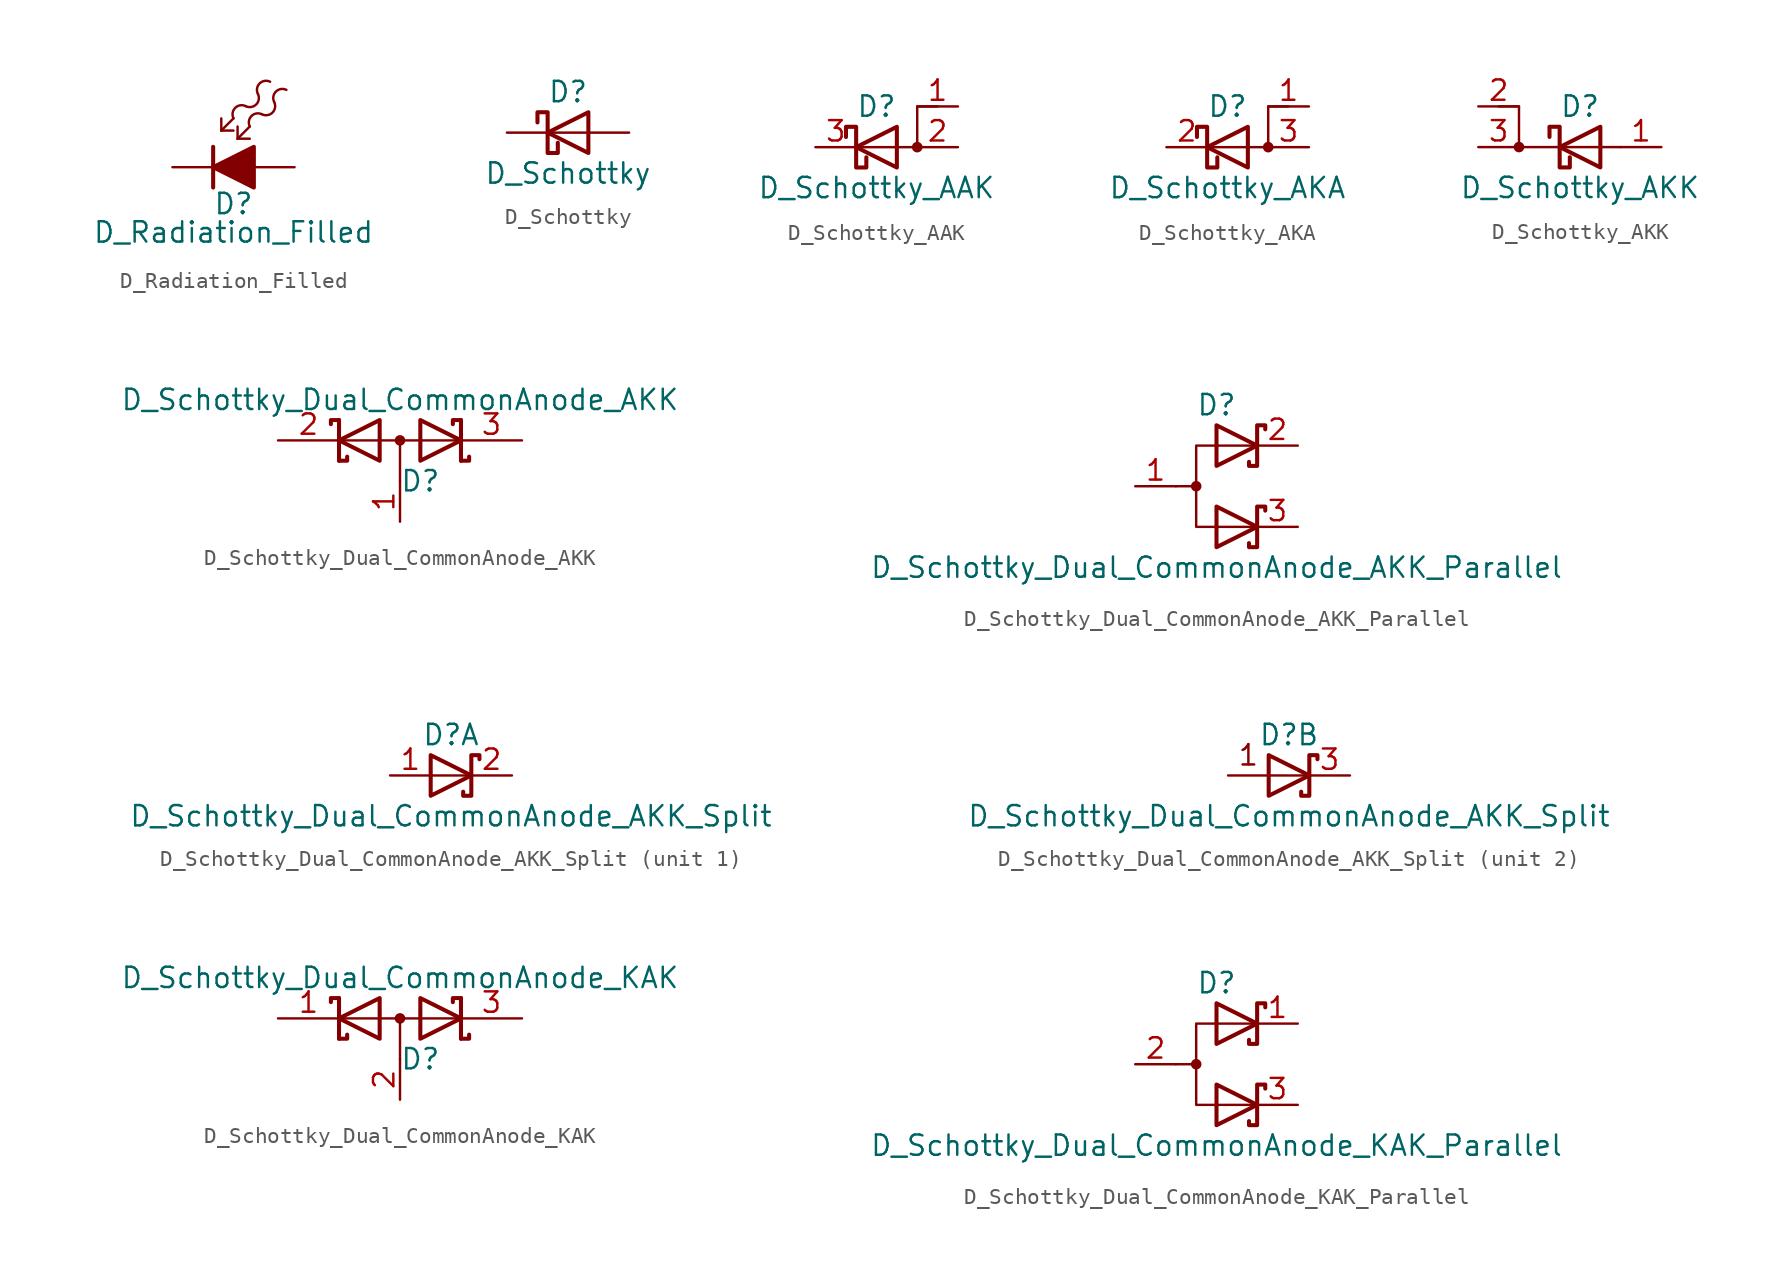
<source format=kicad_sym>
(kicad_symbol_lib
  (version 20201005)
  (generator kicad_symbol_editor)
  (symbol "D_Radiation_Filled"
    (pin_numbers hide)
    (pin_names
      (offset 1.016) hide)
    (property "Reference" "D"
      (at -1.27 -2.286 0)
      (effects (font (size 1.27 1.27))))
    (property "Value" "D_Radiation_Filled"
      (at -1.27 -4.064 0)
      (effects (font (size 1.27 1.27))))
    (symbol "D_Radiation_Filled_0_1"
      (arc (start -0.508 3.81) (end -1.27 3.048) (radius (at -0.762 3.302) (length 0.5588) (angles 63.4 -153.4)) (stroke (width 0)) (fill (type none)))
      (arc (start -0.508 3.81) (end 0.254 4.572) (radius (at -0.254 4.318) (length 0.5588) (angles -116.6 26.6)) (stroke (width 0)) (fill (type none)))
      (arc (start 0.508 3.302) (end -0.254 2.54) (radius (at 0.254 2.794) (length 0.5588) (angles 63.4 -153.4)) (stroke (width 0)) (fill (type none)))
      (arc (start 0.508 3.302) (end 1.27 4.064) (radius (at 0.762 3.81) (length 0.5588) (angles -116.6 26.6)) (stroke (width 0)) (fill (type none)))
      (arc (start 0.254 4.572) (end 1.016 5.334) (radius (at 0.762 4.826) (length 0.5588) (angles -153.4 63.4)) (stroke (width 0)) (fill (type none)))
      (arc (start 1.27 4.064) (end 2.032 4.826) (radius (at 1.778 4.318) (length 0.5588) (angles -153.4 63.4)) (stroke (width 0)) (fill (type none)))
      (polyline (pts (xy -2.54 1.27) (xy -2.54 -1.27)) (stroke (width 0.254)) (fill (type none)))
      (polyline (pts (xy -2.032 2.286) (xy -1.27 2.286)) (stroke (width 0)) (fill (type none)))
      (polyline (pts (xy -2.032 2.286) (xy -1.27 3.048)) (stroke (width 0)) (fill (type none)))
      (polyline (pts (xy -2.032 3.048) (xy -2.032 2.286)) (stroke (width 0)) (fill (type none)))
      (polyline (pts (xy -1.016 1.778) (xy -0.254 1.778)) (stroke (width 0)) (fill (type none)))
      (polyline (pts (xy -1.016 1.778) (xy -0.254 2.54)) (stroke (width 0)) (fill (type none)))
      (polyline (pts (xy -1.016 2.54) (xy -1.016 1.778)) (stroke (width 0)) (fill (type none)))
      (polyline (pts (xy 0 0) (xy -2.54 0)) (stroke (width 0)) (fill (type none)))
      (polyline (pts (xy 0 1.27) (xy 0 -1.27) (xy -2.54 0) (xy 0 1.27)) (stroke (width 0.254)) (fill (type outline))))
    (symbol "D_Radiation_Filled_1_1"
      (pin passive line (at -5.08 0 0) (length 2.54) (name "K" (effects (font (size 1.27 1.27)))) (number "1" (effects (font (size 1.27 1.27)))))
      (pin passive line (at 2.54 0 180) (length 2.54) (name "A" (effects (font (size 1.27 1.27)))) (number "2" (effects (font (size 1.27 1.27)))))))
  (symbol "D_Schottky"
    (pin_numbers hide)
    (pin_names
      (offset 1.016) hide)
    (property "Reference" "D"
      (at 0 2.54 0)
      (effects (font (size 1.27 1.27))))
    (property "Value" "D_Schottky"
      (at 0 -2.54 0)
      (effects (font (size 1.27 1.27))))
    (symbol "D_Schottky_0_1"
      (polyline (pts (xy 1.27 0) (xy -1.27 0)) (stroke (width 0)) (fill (type none)))
      (polyline (pts (xy 1.27 1.27) (xy 1.27 -1.27) (xy -1.27 0) (xy 1.27 1.27)) (stroke (width 0.254)) (fill (type none)))
      (polyline (pts (xy -1.905 0.635) (xy -1.905 1.27) (xy -1.27 1.27) (xy -1.27 -1.27) (xy -0.635 -1.27) (xy -0.635 -0.635)) (stroke (width 0.254)) (fill (type none))))
    (symbol "D_Schottky_1_1"
      (pin passive line (at -3.81 0 0) (length 2.54) (name "K" (effects (font (size 1.27 1.27)))) (number "1" (effects (font (size 1.27 1.27)))))
      (pin passive line (at 3.81 0 180) (length 2.54) (name "A" (effects (font (size 1.27 1.27)))) (number "2" (effects (font (size 1.27 1.27)))))))
  (symbol "D_Schottky_AAK"
    (pin_names
      (offset 0) hide)
    (property "Reference" "D"
      (at 0 2.54 0)
      (effects (font (size 1.27 1.27))))
    (property "Value" "D_Schottky_AAK"
      (at 0 -2.54 0)
      (effects (font (size 1.27 1.27))))
    (symbol "D_Schottky_AAK_0_1"
      (circle (center 2.54 0) (radius 0.254) (stroke (width 0)) (fill (type outline)))
      (polyline (pts (xy 1.27 1.27) (xy 1.27 -1.27) (xy -1.27 0) (xy 1.27 1.27)) (stroke (width 0.254)) (fill (type none)))
      (polyline (pts (xy 3.81 2.54) (xy 2.54 2.54) (xy 2.54 0) (xy -1.27 0)) (stroke (width 0)) (fill (type none)))
      (polyline (pts (xy -1.905 0.635) (xy -1.905 1.27) (xy -1.27 1.27) (xy -1.27 -1.27) (xy -0.635 -1.27) (xy -0.635 -0.635)) (stroke (width 0.254)) (fill (type none))))
    (symbol "D_Schottky_AAK_1_1"
      (pin passive line (at 5.08 2.54 180) (length 2.54) (name "A" (effects (font (size 1.27 1.27)))) (number "1" (effects (font (size 1.27 1.27)))))
      (pin passive line (at 5.08 0 180) (length 2.54) (name "A" (effects (font (size 1.27 1.27)))) (number "2" (effects (font (size 1.27 1.27)))))
      (pin passive line (at -3.81 0 0) (length 2.54) (name "K" (effects (font (size 1.27 1.27)))) (number "3" (effects (font (size 1.27 1.27)))))))
  (symbol "D_Schottky_AKA"
    (pin_names
      (offset 0) hide)
    (property "Reference" "D"
      (at 0 2.54 0)
      (effects (font (size 1.27 1.27))))
    (property "Value" "D_Schottky_AKA"
      (at 0 -2.54 0)
      (effects (font (size 1.27 1.27))))
    (symbol "D_Schottky_AKA_0_1"
      (circle (center 2.54 0) (radius 0.254) (stroke (width 0)) (fill (type outline)))
      (polyline (pts (xy 1.27 1.27) (xy 1.27 -1.27) (xy -1.27 0) (xy 1.27 1.27)) (stroke (width 0.254)) (fill (type none)))
      (polyline (pts (xy 3.81 2.54) (xy 2.54 2.54) (xy 2.54 0) (xy -1.27 0)) (stroke (width 0)) (fill (type none)))
      (polyline (pts (xy -1.905 0.635) (xy -1.905 1.27) (xy -1.27 1.27) (xy -1.27 -1.27) (xy -0.635 -1.27) (xy -0.635 -0.635)) (stroke (width 0.254)) (fill (type none))))
    (symbol "D_Schottky_AKA_1_1"
      (pin input line (at 5.08 2.54 180) (length 2.54) (name "A" (effects (font (size 1.27 1.27)))) (number "1" (effects (font (size 1.27 1.27)))))
      (pin passive line (at -3.81 0 0) (length 2.54) (name "K" (effects (font (size 1.27 1.27)))) (number "2" (effects (font (size 1.27 1.27)))))
      (pin passive line (at 5.08 0 180) (length 2.54) (name "A" (effects (font (size 1.27 1.27)))) (number "3" (effects (font (size 1.27 1.27)))))))
  (symbol "D_Schottky_AKK"
    (pin_names
      (offset 0) hide)
    (property "Reference" "D"
      (at 0 2.54 0)
      (effects (font (size 1.27 1.27))))
    (property "Value" "D_Schottky_AKK"
      (at 0 -2.54 0)
      (effects (font (size 1.27 1.27))))
    (symbol "D_Schottky_AKK_0_1"
      (circle (center -3.81 0) (radius 0.254) (stroke (width 0)) (fill (type outline)))
      (polyline (pts (xy -5.08 2.54) (xy -3.81 2.54) (xy -3.81 0) (xy 2.54 0)) (stroke (width 0)) (fill (type none)))
      (polyline (pts (xy 1.27 1.27) (xy 1.27 -1.27) (xy -1.27 0) (xy 1.27 1.27)) (stroke (width 0.254)) (fill (type none)))
      (polyline (pts (xy -1.905 0.635) (xy -1.905 1.27) (xy -1.27 1.27) (xy -1.27 -1.27) (xy -0.635 -1.27) (xy -0.635 -0.635)) (stroke (width 0.254)) (fill (type none))))
    (symbol "D_Schottky_AKK_1_1"
      (pin passive line (at 5.08 0 180) (length 2.54) (name "A" (effects (font (size 1.27 1.27)))) (number "1" (effects (font (size 1.27 1.27)))))
      (pin input line (at -6.35 2.54 0) (length 2.54) (name "K" (effects (font (size 1.27 1.27)))) (number "2" (effects (font (size 1.27 1.27)))))
      (pin passive line (at -6.35 0 0) (length 2.54) (name "K" (effects (font (size 1.27 1.27)))) (number "3" (effects (font (size 1.27 1.27)))))))
  (symbol "D_Schottky_Dual_CommonAnode_AKK"
    (pin_names
      (offset 0.762) hide)
    (property "Reference" "D"
      (at 1.27 -2.54 0)
      (effects (font (size 1.27 1.27))))
    (property "Value" "D_Schottky_Dual_CommonAnode_AKK"
      (at 0 2.54 0)
      (effects (font (size 1.27 1.27))))
    (symbol "D_Schottky_Dual_CommonAnode_AKK_0_1"
      (circle (center 0 0) (radius 0.254) (stroke (width 0)) (fill (type outline)))
      (polyline (pts (xy -3.556 0) (xy 3.81 0)) (stroke (width 0)) (fill (type none)))
      (polyline (pts (xy 0 0) (xy 0 -2.54)) (stroke (width 0)) (fill (type none)))
      (polyline (pts (xy -3.81 1.27) (xy -3.81 -1.27) (xy -3.81 -1.27)) (stroke (width 0.254)) (fill (type none)))
      (polyline (pts (xy 3.81 1.27) (xy 3.81 -1.27) (xy 3.81 -1.27)) (stroke (width 0.254)) (fill (type none)))
      (polyline (pts (xy -3.81 1.27) (xy -4.318 1.27) (xy -4.318 1.016) (xy -4.318 1.016)) (stroke (width 0.254)) (fill (type none)))
      (polyline (pts (xy 3.81 -1.27) (xy 4.318 -1.27) (xy 4.318 -1.016) (xy 4.318 -1.016)) (stroke (width 0.254)) (fill (type none)))
      (polyline (pts (xy 3.81 1.27) (xy 3.302 1.27) (xy 3.302 1.016) (xy 3.302 1.016)) (stroke (width 0.254)) (fill (type none)))
      (polyline (pts (xy -3.302 -1.016) (xy -3.302 -1.27) (xy -3.81 -1.27) (xy -3.81 -1.27) (xy -3.81 -1.27)) (stroke (width 0.254)) (fill (type none)))
      (polyline (pts (xy -1.27 -1.27) (xy -3.81 0) (xy -1.27 1.27) (xy -1.27 -1.27) (xy -1.27 -1.27) (xy -1.27 -1.27)) (stroke (width 0.254)) (fill (type none)))
      (polyline (pts (xy 1.27 1.27) (xy 3.81 0) (xy 1.27 -1.27) (xy 1.27 1.27) (xy 1.27 1.27) (xy 1.27 1.27)) (stroke (width 0.254)) (fill (type none)))
      (pin passive line (at 0 -5.08 90) (length 2.54) (name "A" (effects (font (size 1.27 1.27)))) (number "1" (effects (font (size 1.27 1.27)))))
      (pin passive line (at -7.62 0 0) (length 3.81) (name "K" (effects (font (size 1.27 1.27)))) (number "2" (effects (font (size 1.27 1.27)))))
      (pin passive line (at 7.62 0 180) (length 3.81) (name "K" (effects (font (size 1.27 1.27)))) (number "3" (effects (font (size 1.27 1.27)))))))
  (symbol "D_Schottky_Dual_CommonAnode_AKK_Parallel"
    (pin_names
      (offset 0.762) hide)
    (property "Reference" "D"
      (at 0 5.08 0)
      (effects (font (size 1.27 1.27))))
    (property "Value" "D_Schottky_Dual_CommonAnode_AKK_Parallel"
      (at 0 -5.08 0)
      (effects (font (size 1.27 1.27))))
    (symbol "D_Schottky_Dual_CommonAnode_AKK_Parallel_0_1"
      (circle (center -1.27 0) (radius 0.254) (stroke (width 0)) (fill (type outline)))
      (polyline (pts (xy -1.27 0) (xy -2.54 0)) (stroke (width 0)) (fill (type none)))
      (polyline (pts (xy 2.54 2.54) (xy -1.27 2.54) (xy -1.27 -2.54) (xy 2.54 -2.54)) (stroke (width 0)) (fill (type none)))
      (polyline (pts (xy 0 -1.27) (xy 2.54 -2.54) (xy 0 -3.81) (xy 0 -1.27) (xy 0 -1.27) (xy 0 -1.27)) (stroke (width 0.254)) (fill (type none)))
      (polyline (pts (xy 0 3.81) (xy 2.54 2.54) (xy 0 1.27) (xy 0 3.81) (xy 0 3.81) (xy 0 3.81)) (stroke (width 0.254)) (fill (type none)))
      (polyline (pts (xy 3.048 -1.524) (xy 3.048 -1.27) (xy 2.54 -1.27) (xy 2.54 -3.81) (xy 2.032 -3.81) (xy 2.032 -3.556)) (stroke (width 0.254)) (fill (type none)))
      (polyline (pts (xy 3.048 3.556) (xy 3.048 3.81) (xy 2.54 3.81) (xy 2.54 1.27) (xy 2.032 1.27) (xy 2.032 1.524)) (stroke (width 0.254)) (fill (type none)))
      (pin passive line (at -5.08 0 0) (length 2.54) (name "A" (effects (font (size 1.27 1.27)))) (number "1" (effects (font (size 1.27 1.27)))))
      (pin passive line (at 5.08 2.54 180) (length 2.54) (name "K" (effects (font (size 1.27 1.27)))) (number "2" (effects (font (size 1.27 1.27)))))
      (pin passive line (at 5.08 -2.54 180) (length 2.54) (name "K" (effects (font (size 1.27 1.27)))) (number "3" (effects (font (size 1.27 1.27)))))))
  (symbol "D_Schottky_Dual_CommonAnode_AKK_Split"
    (pin_names
      (offset 0.762) hide)
    (property "Reference" "D"
      (at 0 2.54 0)
      (effects (font (size 1.27 1.27))))
    (property "Value" "D_Schottky_Dual_CommonAnode_AKK_Split"
      (at 0 -2.54 0)
      (effects (font (size 1.27 1.27))))
    (property "ki_locked" ""
      (at 0 0 0)
      (effects (font (size 1.27 1.27))))
    (symbol "D_Schottky_Dual_CommonAnode_AKK_Split_0_1"
      (polyline (pts (xy -1.27 1.27) (xy 1.27 0) (xy -1.27 -1.27) (xy -1.27 1.27) (xy -1.27 1.27) (xy -1.27 1.27)) (stroke (width 0.254)) (fill (type none)))
      (polyline (pts (xy 1.778 1.016) (xy 1.778 1.27) (xy 1.27 1.27) (xy 1.27 -1.27) (xy 0.762 -1.27) (xy 0.762 -1.016)) (stroke (width 0.254)) (fill (type none))))
    (symbol "D_Schottky_Dual_CommonAnode_AKK_Split_1_1"
      (polyline (pts (xy 1.27 0) (xy -1.27 0)) (stroke (width 0)) (fill (type none)))
      (pin passive line (at -3.81 0 0) (length 2.54) (name "A" (effects (font (size 1.27 1.27)))) (number "1" (effects (font (size 1.27 1.27)))))
      (pin passive line (at 3.81 0 180) (length 2.54) (name "K" (effects (font (size 1.27 1.27)))) (number "2" (effects (font (size 1.27 1.27))))))
    (symbol "D_Schottky_Dual_CommonAnode_AKK_Split_2_0"
      (text "1" (at -2.54 1.27 0) (effects (font (size 1.27 1.27))))
      (polyline (pts (xy 1.27 0) (xy -3.81 0)) (stroke (width 0)) (fill (type none))))
    (symbol "D_Schottky_Dual_CommonAnode_AKK_Split_2_1"
      (pin passive line (at 3.81 0 180) (length 2.54) (name "K" (effects (font (size 1.27 1.27)))) (number "3" (effects (font (size 1.27 1.27)))))))
  (symbol "D_Schottky_Dual_CommonAnode_KAK"
    (pin_names
      (offset 0.762) hide)
    (property "Reference" "D"
      (at 1.27 -2.54 0)
      (effects (font (size 1.27 1.27))))
    (property "Value" "D_Schottky_Dual_CommonAnode_KAK"
      (at 0 2.54 0)
      (effects (font (size 1.27 1.27))))
    (symbol "D_Schottky_Dual_CommonAnode_KAK_0_1"
      (circle (center 0 0) (radius 0.254) (stroke (width 0)) (fill (type outline)))
      (polyline (pts (xy -3.556 0) (xy 3.81 0)) (stroke (width 0)) (fill (type none)))
      (polyline (pts (xy 0 0) (xy 0 -2.54)) (stroke (width 0)) (fill (type none)))
      (polyline (pts (xy -3.81 1.27) (xy -3.81 -1.27) (xy -3.81 -1.27)) (stroke (width 0.254)) (fill (type none)))
      (polyline (pts (xy 3.81 1.27) (xy 3.81 -1.27) (xy 3.81 -1.27)) (stroke (width 0.254)) (fill (type none)))
      (polyline (pts (xy -3.81 1.27) (xy -4.318 1.27) (xy -4.318 1.016) (xy -4.318 1.016)) (stroke (width 0.254)) (fill (type none)))
      (polyline (pts (xy 3.81 -1.27) (xy 4.318 -1.27) (xy 4.318 -1.016) (xy 4.318 -1.016)) (stroke (width 0.254)) (fill (type none)))
      (polyline (pts (xy 3.81 1.27) (xy 3.302 1.27) (xy 3.302 1.016) (xy 3.302 1.016)) (stroke (width 0.254)) (fill (type none)))
      (polyline (pts (xy -3.302 -1.016) (xy -3.302 -1.27) (xy -3.81 -1.27) (xy -3.81 -1.27) (xy -3.81 -1.27)) (stroke (width 0.254)) (fill (type none)))
      (polyline (pts (xy -1.27 -1.27) (xy -3.81 0) (xy -1.27 1.27) (xy -1.27 -1.27) (xy -1.27 -1.27) (xy -1.27 -1.27)) (stroke (width 0.254)) (fill (type none)))
      (polyline (pts (xy 1.27 1.27) (xy 3.81 0) (xy 1.27 -1.27) (xy 1.27 1.27) (xy 1.27 1.27) (xy 1.27 1.27)) (stroke (width 0.254)) (fill (type none)))
      (pin passive line (at -7.62 0 0) (length 3.81) (name "K" (effects (font (size 1.27 1.27)))) (number "1" (effects (font (size 1.27 1.27)))))
      (pin passive line (at 0 -5.08 90) (length 2.54) (name "A" (effects (font (size 1.27 1.27)))) (number "2" (effects (font (size 1.27 1.27)))))
      (pin passive line (at 7.62 0 180) (length 3.81) (name "K" (effects (font (size 1.27 1.27)))) (number "3" (effects (font (size 1.27 1.27)))))))
  (symbol "D_Schottky_Dual_CommonAnode_KAK_Parallel"
    (pin_names
      (offset 0.762) hide)
    (property "Reference" "D"
      (at 0 5.08 0)
      (effects (font (size 1.27 1.27))))
    (property "Value" "D_Schottky_Dual_CommonAnode_KAK_Parallel"
      (at 0 -5.08 0)
      (effects (font (size 1.27 1.27))))
    (symbol "D_Schottky_Dual_CommonAnode_KAK_Parallel_0_1"
      (circle (center -1.27 0) (radius 0.254) (stroke (width 0)) (fill (type outline)))
      (polyline (pts (xy -1.27 0) (xy -2.54 0)) (stroke (width 0)) (fill (type none)))
      (polyline (pts (xy 2.54 2.54) (xy -1.27 2.54) (xy -1.27 -2.54) (xy 2.54 -2.54)) (stroke (width 0)) (fill (type none)))
      (polyline (pts (xy 0 -1.27) (xy 2.54 -2.54) (xy 0 -3.81) (xy 0 -1.27) (xy 0 -1.27) (xy 0 -1.27)) (stroke (width 0.254)) (fill (type none)))
      (polyline (pts (xy 0 3.81) (xy 2.54 2.54) (xy 0 1.27) (xy 0 3.81) (xy 0 3.81) (xy 0 3.81)) (stroke (width 0.254)) (fill (type none)))
      (polyline (pts (xy 3.048 -1.524) (xy 3.048 -1.27) (xy 2.54 -1.27) (xy 2.54 -3.81) (xy 2.032 -3.81) (xy 2.032 -3.556)) (stroke (width 0.254)) (fill (type none)))
      (polyline (pts (xy 3.048 3.556) (xy 3.048 3.81) (xy 2.54 3.81) (xy 2.54 1.27) (xy 2.032 1.27) (xy 2.032 1.524)) (stroke (width 0.254)) (fill (type none)))
      (pin passive line (at 5.08 2.54 180) (length 2.54) (name "K" (effects (font (size 1.27 1.27)))) (number "1" (effects (font (size 1.27 1.27)))))
      (pin passive line (at -5.08 0 0) (length 2.54) (name "A" (effects (font (size 1.27 1.27)))) (number "2" (effects (font (size 1.27 1.27)))))
      (pin passive line (at 5.08 -2.54 180) (length 2.54) (name "K" (effects (font (size 1.27 1.27)))) (number "3" (effects (font (size 1.27 1.27))))))))
</source>
